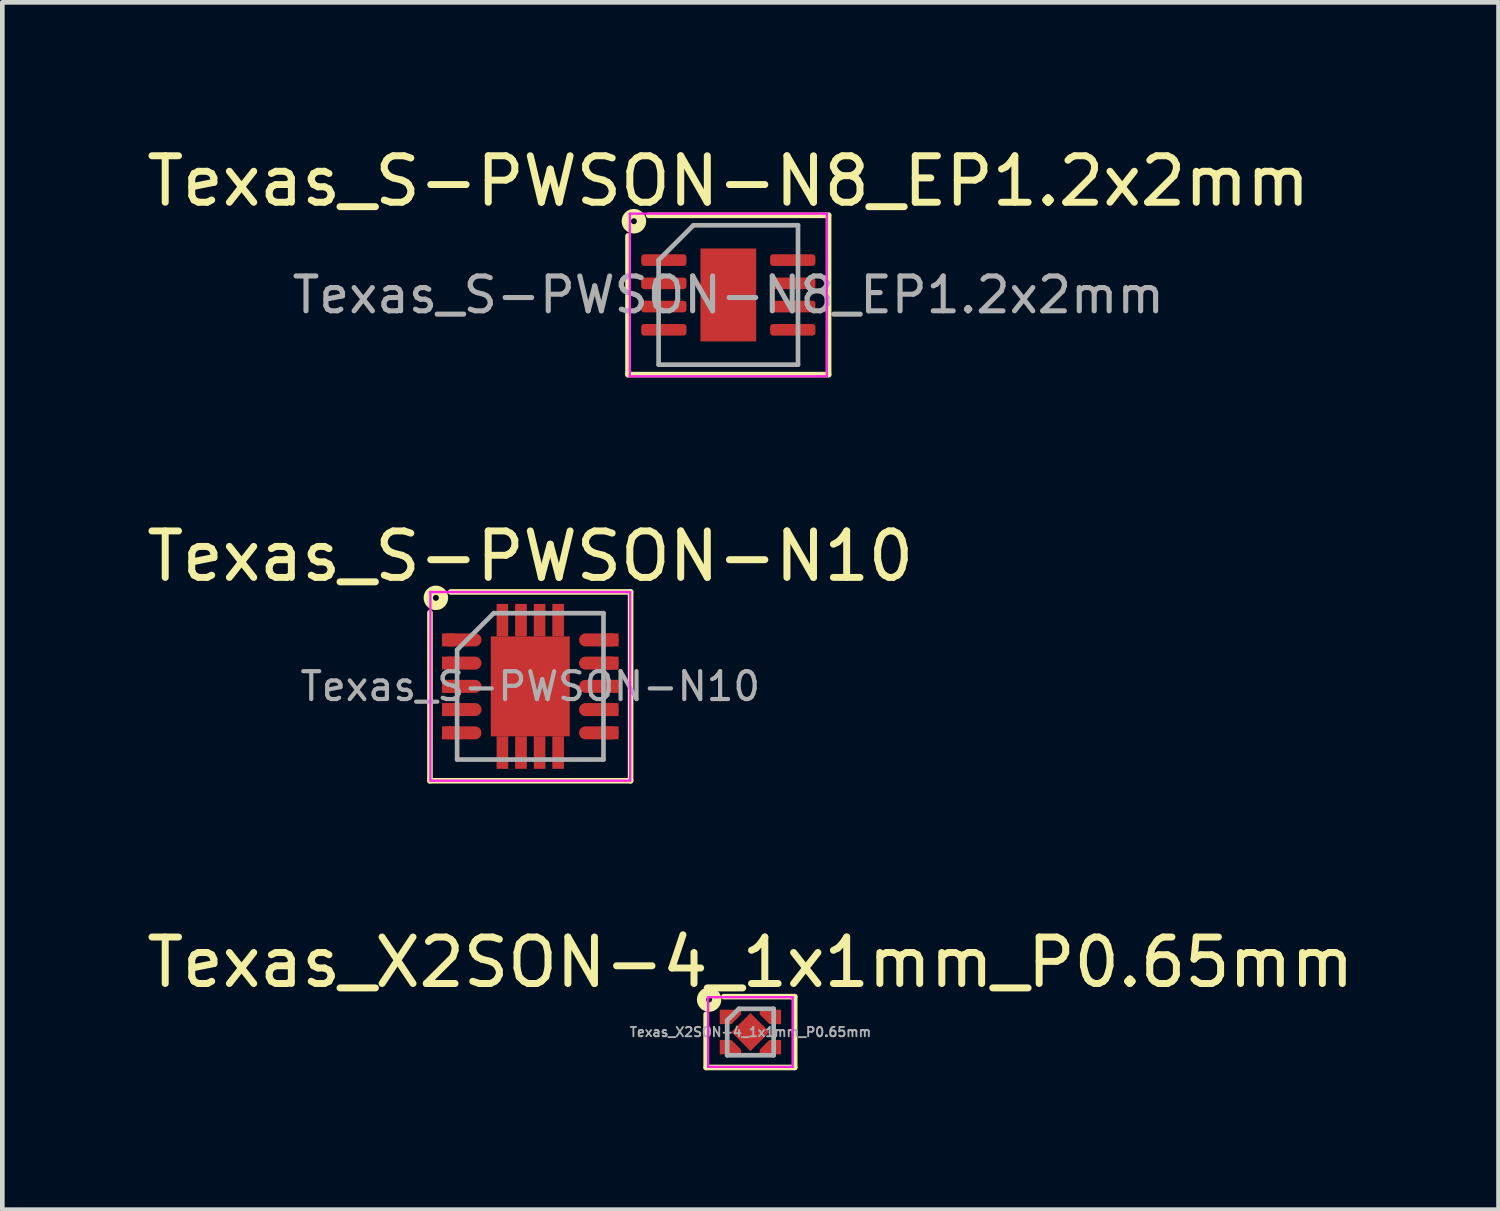
<source format=kicad_pcb>
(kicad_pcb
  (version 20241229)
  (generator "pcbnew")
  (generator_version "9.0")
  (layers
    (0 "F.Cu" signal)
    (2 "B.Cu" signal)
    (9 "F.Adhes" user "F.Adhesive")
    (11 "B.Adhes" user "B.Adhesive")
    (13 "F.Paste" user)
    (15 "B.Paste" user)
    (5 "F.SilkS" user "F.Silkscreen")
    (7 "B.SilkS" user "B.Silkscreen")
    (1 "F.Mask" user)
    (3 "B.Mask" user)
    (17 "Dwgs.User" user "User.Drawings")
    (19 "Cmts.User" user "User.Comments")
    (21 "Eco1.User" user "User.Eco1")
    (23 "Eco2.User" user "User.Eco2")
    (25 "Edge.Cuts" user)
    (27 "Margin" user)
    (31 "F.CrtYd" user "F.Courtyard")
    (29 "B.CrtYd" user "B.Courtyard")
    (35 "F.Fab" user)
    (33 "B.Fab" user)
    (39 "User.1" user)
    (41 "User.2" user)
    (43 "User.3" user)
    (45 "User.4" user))
  (footprint "Texas_S-PWSON-N8_EP1.2x2mm"
    (layer "F.Cu")
    (at 12.625 3.298)
    (property "Reference" "Texas_S-PWSON-N8_EP1.2x2mm" (at 0 -2.45 0) (layer "F.SilkS") (effects (font (size 1 1) (thickness 0.15))))
    (attr smd)
    (fp_line (start -2.159 1.714) (end -2.159 -1.27) (stroke (width 0.12) (type solid)) (layer "F.SilkS"))
    (fp_line (start -1.714 -1.714) (end 2.095 -1.714) (stroke (width 0.12) (type solid)) (layer "F.SilkS"))
    (fp_line (start 2.095 -1.714) (end 2.159 -1.714) (stroke (width 0.12) (type solid)) (layer "F.SilkS"))
    (fp_line (start 2.159 -1.714) (end 2.159 1.714) (stroke (width 0.12) (type solid)) (layer "F.SilkS"))
    (fp_line (start 2.159 1.714) (end -2.159 1.714) (stroke (width 0.12) (type solid)) (layer "F.SilkS"))
    (fp_circle (center -2.032 -1.587) (end -1.968 -1.587) (stroke (width 0.2) (type solid)) (fill no) (layer "F.SilkS"))
    (fp_line (start -2.12 -1.75) (end -2.12 1.75) (stroke (width 0.05) (type solid)) (layer "F.CrtYd"))
    (fp_line (start -2.12 1.75) (end 2.12 1.75) (stroke (width 0.05) (type solid)) (layer "F.CrtYd"))
    (fp_line (start 2.12 -1.75) (end -2.12 -1.75) (stroke (width 0.05) (type solid)) (layer "F.CrtYd"))
    (fp_line (start 2.12 1.75) (end 2.12 -1.75) (stroke (width 0.05) (type solid)) (layer "F.CrtYd"))
    (fp_line (start -1.5 -0.75) (end -0.75 -1.5) (stroke (width 0.1) (type solid)) (layer "F.Fab"))
    (fp_line (start -1.5 1.5) (end -1.5 -0.75) (stroke (width 0.1) (type solid)) (layer "F.Fab"))
    (fp_line (start -0.75 -1.5) (end 1.5 -1.5) (stroke (width 0.1) (type solid)) (layer "F.Fab"))
    (fp_line (start 1.5 -1.5) (end 1.5 1.5) (stroke (width 0.1) (type solid)) (layer "F.Fab"))
    (fp_line (start 1.5 1.5) (end -1.5 1.5) (stroke (width 0.1) (type solid)) (layer "F.Fab"))
    (fp_text user "${REFERENCE}" (at 0 0 0) (layer "F.Fab") (effects (font (size 0.75 0.75) (thickness 0.11))))
    (pad "" smd roundrect (at 0 -0.5) (size 0.97 0.81) (layers "F.Paste") (roundrect_rratio 0.25))
    (pad "" smd roundrect (at 0 0.5) (size 0.97 0.81) (layers "F.Paste") (roundrect_rratio 0.25))
    (pad "1" smd roundrect (at -1.387 -0.75) (size 0.975 0.25) (layers "F.Cu" "F.Mask" "F.Paste") (roundrect_rratio 0.25))
    (pad "2" smd roundrect (at -1.387 -0.25) (size 0.975 0.25) (layers "F.Cu" "F.Mask" "F.Paste") (roundrect_rratio 0.25))
    (pad "3" smd roundrect (at -1.387 0.25) (size 0.975 0.25) (layers "F.Cu" "F.Mask" "F.Paste") (roundrect_rratio 0.25))
    (pad "4" smd roundrect (at -1.387 0.75) (size 0.975 0.25) (layers "F.Cu" "F.Mask" "F.Paste") (roundrect_rratio 0.25))
    (pad "5" smd roundrect (at 1.387 0.75) (size 0.975 0.25) (layers "F.Cu" "F.Mask" "F.Paste") (roundrect_rratio 0.25))
    (pad "6" smd roundrect (at 1.387 0.25) (size 0.975 0.25) (layers "F.Cu" "F.Mask" "F.Paste") (roundrect_rratio 0.25))
    (pad "7" smd roundrect (at 1.387 -0.25) (size 0.975 0.25) (layers "F.Cu" "F.Mask" "F.Paste") (roundrect_rratio 0.25))
    (pad "8" smd roundrect (at 1.387 -0.75) (size 0.975 0.25) (layers "F.Cu" "F.Mask" "F.Paste") (roundrect_rratio 0.25))
    (pad "9" smd rect (at 0 0) (size 1.2 2) (layers "F.Cu" "F.Mask")))
  (footprint "Texas_S-PWSON-N10"
    (layer "F.Cu")
    (at 8.363 11.722)
    (property "Reference" "Texas_S-PWSON-N10" (at 0 -2.8 0) (layer "F.SilkS") (effects (font (size 1 1) (thickness 0.15))))
    (attr smd)
    (fp_line (start -2.159 2.032) (end -2.159 -1.587) (stroke (width 0.12) (type solid)) (layer "F.SilkS"))
    (fp_line (start -1.714 -2.032) (end 2.159 -2.032) (stroke (width 0.12) (type solid)) (layer "F.SilkS"))
    (fp_line (start 2.159 -2.032) (end 2.159 2.032) (stroke (width 0.12) (type solid)) (layer "F.SilkS"))
    (fp_line (start 2.159 2.032) (end -2.159 2.032) (stroke (width 0.12) (type solid)) (layer "F.SilkS"))
    (fp_circle (center -2.032 -1.905) (end -1.968 -1.905) (stroke (width 0.2) (type solid)) (fill no) (layer "F.SilkS"))
    (fp_line (start -2.15 -2.03) (end -2.15 2.03) (stroke (width 0.05) (type solid)) (layer "F.CrtYd"))
    (fp_line (start -2.15 -2.03) (end 2.15 -2.03) (stroke (width 0.05) (type solid)) (layer "F.CrtYd"))
    (fp_line (start -2.15 2.03) (end 2.15 2.03) (stroke (width 0.05) (type solid)) (layer "F.CrtYd"))
    (fp_line (start 2.15 -2.03) (end 2.15 2.03) (stroke (width 0.05) (type solid)) (layer "F.CrtYd"))
    (fp_line (start -1.575 1.575) (end -1.575 -0.787) (stroke (width 0.1) (type solid)) (layer "F.Fab"))
    (fp_line (start -0.787 -1.575) (end -1.575 -0.787) (stroke (width 0.1) (type solid)) (layer "F.Fab"))
    (fp_line (start -0.787 -1.575) (end 1.575 -1.575) (stroke (width 0.1) (type solid)) (layer "F.Fab"))
    (fp_line (start 1.575 -1.575) (end 1.575 1.575) (stroke (width 0.1) (type solid)) (layer "F.Fab"))
    (fp_line (start 1.575 1.575) (end -1.575 1.575) (stroke (width 0.1) (type solid)) (layer "F.Fab"))
    (fp_text user "${REFERENCE}" (at 0 0 0) (layer "F.Fab") (effects (font (size 0.6 0.6) (thickness 0.09))))
    (pad "1" smd rect (at -1.76 -1) (size 0.28 0.28) (layers "F.Cu" "F.Mask" "F.Paste"))
    (pad "1" smd oval (at -1.475 -1) (size 0.85 0.28) (layers "F.Cu" "F.Mask" "F.Paste"))
    (pad "2" smd rect (at -1.76 -0.5) (size 0.28 0.28) (layers "F.Cu" "F.Mask" "F.Paste"))
    (pad "2" smd oval (at -1.475 -0.5) (size 0.85 0.28) (layers "F.Cu" "F.Mask" "F.Paste"))
    (pad "3" smd rect (at -1.76 0) (size 0.28 0.28) (layers "F.Cu" "F.Mask" "F.Paste"))
    (pad "3" smd oval (at -1.475 0) (size 0.85 0.28) (layers "F.Cu" "F.Mask" "F.Paste"))
    (pad "4" smd rect (at -1.76 0.5) (size 0.28 0.28) (layers "F.Cu" "F.Mask" "F.Paste"))
    (pad "4" smd oval (at -1.475 0.5) (size 0.85 0.28) (layers "F.Cu" "F.Mask" "F.Paste"))
    (pad "5" smd rect (at -1.76 1) (size 0.28 0.28) (layers "F.Cu" "F.Mask" "F.Paste"))
    (pad "5" smd oval (at -1.475 1) (size 0.85 0.28) (layers "F.Cu" "F.Mask" "F.Paste"))
    (pad "6" smd oval (at 1.475 1) (size 0.85 0.28) (layers "F.Cu" "F.Mask" "F.Paste"))
    (pad "6" smd rect (at 1.76 1) (size 0.28 0.28) (layers "F.Cu" "F.Mask" "F.Paste"))
    (pad "7" smd oval (at 1.475 0.5) (size 0.85 0.28) (layers "F.Cu" "F.Mask" "F.Paste"))
    (pad "7" smd rect (at 1.76 0.5) (size 0.28 0.28) (layers "F.Cu" "F.Mask" "F.Paste"))
    (pad "8" smd oval (at 1.475 0) (size 0.85 0.28) (layers "F.Cu" "F.Mask" "F.Paste"))
    (pad "8" smd rect (at 1.76 0) (size 0.28 0.28) (layers "F.Cu" "F.Mask" "F.Paste"))
    (pad "9" smd oval (at 1.475 -0.5) (size 0.85 0.28) (layers "F.Cu" "F.Mask" "F.Paste"))
    (pad "9" smd rect (at 1.76 -0.5) (size 0.28 0.28) (layers "F.Cu" "F.Mask" "F.Paste"))
    (pad "10" smd oval (at 1.475 -1) (size 0.85 0.28) (layers "F.Cu" "F.Mask" "F.Paste"))
    (pad "10" smd rect (at 1.76 -1) (size 0.28 0.28) (layers "F.Cu" "F.Mask" "F.Paste"))
    (pad "11" smd rect (at -0.6 -1.425) (size 0.23 0.6) (layers "F.Cu" "F.Mask" "F.Paste"))
    (pad "11" smd rect (at -0.6 -1.425) (size 0.25 0.7) (layers "F.Cu" "F.Mask"))
    (pad "11" smd rect (at -0.6 1.425) (size 0.23 0.6) (layers "F.Cu" "F.Mask" "F.Paste"))
    (pad "11" smd rect (at -0.6 1.425) (size 0.25 0.7) (layers "F.Cu" "F.Mask"))
    (pad "11" smd rect (at -0.435 -0.56) (size 0.65 0.9) (layers "F.Cu" "F.Mask" "F.Paste"))
    (pad "11" smd rect (at -0.435 0.56) (size 0.65 0.9) (layers "F.Cu" "F.Mask" "F.Paste"))
    (pad "11" smd rect (at -0.2 -1.425) (size 0.23 0.6) (layers "F.Cu" "F.Mask" "F.Paste"))
    (pad "11" smd rect (at -0.2 -1.425) (size 0.25 0.7) (layers "F.Cu" "F.Mask"))
    (pad "11" smd rect (at -0.2 1.425) (size 0.23 0.6) (layers "F.Cu" "F.Mask" "F.Paste"))
    (pad "11" smd rect (at -0.2 1.425) (size 0.25 0.7) (layers "F.Cu" "F.Mask"))
    (pad "11" smd rect (at 0 0) (size 1.7 2.15) (layers "F.Cu" "F.Mask"))
    (pad "11" smd rect (at 0.2 -1.425) (size 0.23 0.6) (layers "F.Cu" "F.Mask" "F.Paste"))
    (pad "11" smd rect (at 0.2 -1.425) (size 0.25 0.7) (layers "F.Cu" "F.Mask"))
    (pad "11" smd rect (at 0.2 1.425) (size 0.23 0.6) (layers "F.Cu" "F.Mask" "F.Paste"))
    (pad "11" smd rect (at 0.2 1.425) (size 0.25 0.7) (layers "F.Cu" "F.Mask"))
    (pad "11" smd rect (at 0.435 -0.56) (size 0.65 0.9) (layers "F.Cu" "F.Mask" "F.Paste"))
    (pad "11" smd rect (at 0.435 0.56) (size 0.65 0.9) (layers "F.Cu" "F.Mask" "F.Paste"))
    (pad "11" smd rect (at 0.6 -1.425) (size 0.23 0.6) (layers "F.Cu" "F.Mask" "F.Paste"))
    (pad "11" smd rect (at 0.6 -1.425) (size 0.25 0.7) (layers "F.Cu" "F.Mask"))
    (pad "11" smd rect (at 0.6 1.425) (size 0.23 0.6) (layers "F.Cu" "F.Mask" "F.Paste"))
    (pad "11" smd rect (at 0.6 1.425) (size 0.25 0.7) (layers "F.Cu" "F.Mask")))
  (footprint "Texas_X2SON-4_1x1mm_P0.65mm"
    (layer "F.Cu")
    (at 13.101 19.162)
    (property "Reference" "Texas_X2SON-4_1x1mm_P0.65mm" (at 0 -1.5 0) (layer "F.SilkS") (effects (font (size 1 1) (thickness 0.15))))
    (attr smd)
    (fp_line (start -0.953 0.762) (end -0.953 -0.381) (stroke (width 0.12) (type solid)) (layer "F.SilkS"))
    (fp_line (start -0.572 -0.762) (end 0.889 -0.762) (stroke (width 0.12) (type solid)) (layer "F.SilkS"))
    (fp_line (start 0.889 -0.762) (end 0.953 -0.762) (stroke (width 0.12) (type solid)) (layer "F.SilkS"))
    (fp_line (start 0.953 -0.762) (end 0.953 0.762) (stroke (width 0.12) (type solid)) (layer "F.SilkS"))
    (fp_line (start 0.953 0.762) (end -0.953 0.762) (stroke (width 0.12) (type solid)) (layer "F.SilkS"))
    (fp_circle (center -0.889 -0.699) (end -0.826 -0.699) (stroke (width 0.2) (type solid)) (fill no) (layer "F.SilkS"))
    (fp_line (start -0.91 -0.75) (end 0.91 -0.75) (stroke (width 0.05) (type solid)) (layer "F.CrtYd"))
    (fp_line (start -0.91 0.75) (end -0.91 -0.75) (stroke (width 0.05) (type solid)) (layer "F.CrtYd"))
    (fp_line (start 0.91 -0.75) (end 0.91 0.75) (stroke (width 0.05) (type solid)) (layer "F.CrtYd"))
    (fp_line (start 0.91 0.75) (end -0.91 0.75) (stroke (width 0.05) (type solid)) (layer "F.CrtYd"))
    (fp_line (start -0.5 -0.25) (end -0.25 -0.5) (stroke (width 0.1) (type solid)) (layer "F.Fab"))
    (fp_line (start -0.5 0.5) (end -0.5 -0.25) (stroke (width 0.1) (type solid)) (layer "F.Fab"))
    (fp_line (start -0.25 -0.5) (end 0.5 -0.5) (stroke (width 0.1) (type solid)) (layer "F.Fab"))
    (fp_line (start 0.5 -0.5) (end 0.5 0.5) (stroke (width 0.1) (type solid)) (layer "F.Fab"))
    (fp_line (start 0.5 0.5) (end -0.5 0.5) (stroke (width 0.1) (type solid)) (layer "F.Fab"))
    (fp_text user "${REFERENCE}" (at 0 0 0) (layer "F.Fab") (effects (font (size 0.2 0.2) (thickness 0.04))))
    (pad "" smd custom (at -0.43 -0.325) (size 0.148 0.148) (layers "F.Mask") (options (anchor circle)) (primitives (gr_poly (pts (xy 0.18 -0.075) (xy 0 0.105) (xy -0.18 0.105) (xy -0.18 -0.105) (xy 0.18 -0.105)) (width 0) (fill yes))))
    (pad "" smd custom (at -0.43 -0.325) (size 0.148 0.148) (layers "F.Paste") (options (anchor circle)) (primitives (gr_poly (pts (xy 0.18 -0.075) (xy 0 0.105) (xy -0.22 0.105) (xy -0.22 -0.105) (xy 0.18 -0.105)) (width 0) (fill yes))))
    (pad "" smd custom (at -0.43 0.325) (size 0.148 0.148) (layers "F.Mask") (options (anchor circle)) (primitives (gr_poly (pts (xy 0.18 0.075) (xy 0.18 0.105) (xy -0.18 0.105) (xy -0.18 -0.105) (xy 0 -0.105)) (width 0) (fill yes))))
    (pad "" smd custom (at -0.43 0.325) (size 0.148 0.148) (layers "F.Paste") (options (anchor circle)) (primitives (gr_poly (pts (xy 0.18 0.075) (xy 0.18 0.105) (xy -0.22 0.105) (xy -0.22 -0.105) (xy 0 -0.105)) (width 0) (fill yes))))
    (pad "" smd custom (at 0.43 -0.325) (size 0.148 0.148) (layers "F.Mask") (options (anchor circle)) (primitives (gr_poly (pts (xy 0.18 0.105) (xy 0 0.105) (xy -0.18 -0.075) (xy -0.18 -0.105) (xy 0.18 -0.105)) (width 0) (fill yes))))
    (pad "" smd custom (at 0.43 -0.325) (size 0.148 0.148) (layers "F.Paste") (options (anchor circle)) (primitives (gr_poly (pts (xy 0.22 0.105) (xy 0 0.105) (xy -0.18 -0.075) (xy -0.18 -0.105) (xy 0.22 -0.105)) (width 0) (fill yes))))
    (pad "" smd custom (at 0.43 0.325) (size 0.148 0.148) (layers "F.Mask") (options (anchor circle)) (primitives (gr_poly (pts (xy 0.18 0.105) (xy -0.18 0.105) (xy -0.18 0.075) (xy 0 -0.105) (xy 0.18 -0.105)) (width 0) (fill yes))))
    (pad "" smd custom (at 0.43 0.325) (size 0.148 0.148) (layers "F.Paste") (options (anchor circle)) (primitives (gr_poly (pts (xy 0.22 0.105) (xy -0.18 0.105) (xy -0.18 0.075) (xy 0 -0.105) (xy 0.22 -0.105)) (width 0) (fill yes))))
    (pad "1" smd custom (at -0.43 -0.325) (size 0.148 0.148) (layers "F.Cu") (options (anchor circle)) (primitives (gr_poly (pts (xy 0.23 -0.054) (xy 0.021 0.155) (xy -0.23 0.155) (xy -0.23 -0.155) (xy 0.23 -0.155)) (width 0) (fill yes))))
    (pad "2" smd custom (at -0.43 0.325) (size 0.148 0.148) (layers "F.Cu") (options (anchor circle)) (primitives (gr_poly (pts (xy 0.23 0.054) (xy 0.23 0.155) (xy -0.23 0.155) (xy -0.23 -0.155) (xy 0.021 -0.155)) (width 0) (fill yes))))
    (pad "3" smd custom (at 0.43 0.325) (size 0.148 0.148) (layers "F.Cu") (options (anchor circle)) (primitives (gr_poly (pts (xy 0.23 0.155) (xy -0.23 0.155) (xy -0.23 0.054) (xy -0.021 -0.155) (xy 0.23 -0.155)) (width 0) (fill yes))))
    (pad "4" smd custom (at 0.43 -0.325) (size 0.148 0.148) (layers "F.Cu") (options (anchor circle)) (primitives (gr_poly (pts (xy 0.23 0.155) (xy -0.021 0.155) (xy -0.23 -0.054) (xy -0.23 -0.155) (xy 0.23 -0.155)) (width 0) (fill yes))))
    (pad "5" smd rect (at 0 0 45) (size 0.58 0.58) (layers "F.Cu" "F.Mask" "F.Paste")))
  (gr_rect
    (start -3 -3)
    (end 29.202 22.984)
    (stroke (width 0.1) (type default))
    (fill no)
    (layer "Edge.Cuts")))
</source>
